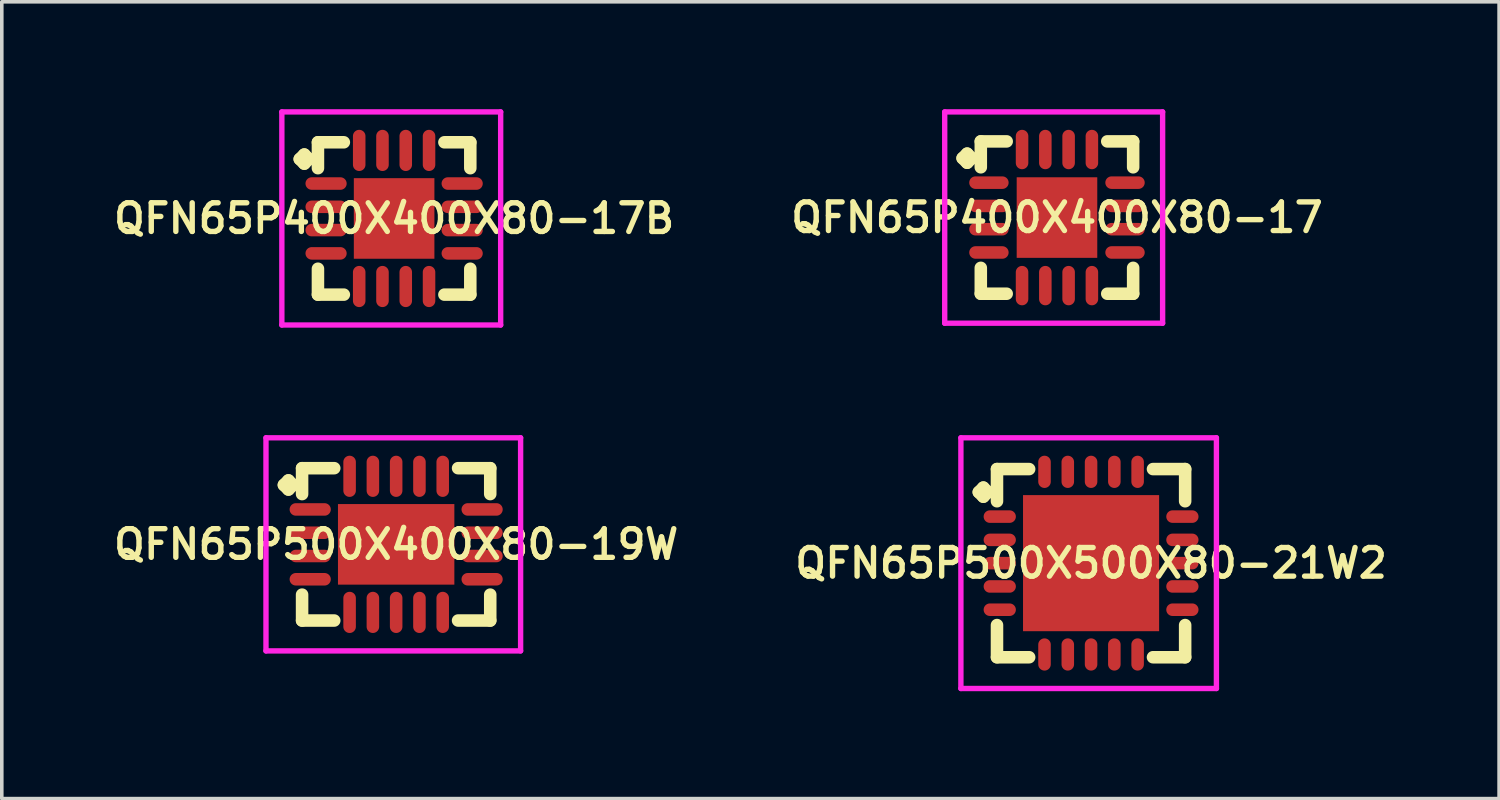
<source format=kicad_pcb>
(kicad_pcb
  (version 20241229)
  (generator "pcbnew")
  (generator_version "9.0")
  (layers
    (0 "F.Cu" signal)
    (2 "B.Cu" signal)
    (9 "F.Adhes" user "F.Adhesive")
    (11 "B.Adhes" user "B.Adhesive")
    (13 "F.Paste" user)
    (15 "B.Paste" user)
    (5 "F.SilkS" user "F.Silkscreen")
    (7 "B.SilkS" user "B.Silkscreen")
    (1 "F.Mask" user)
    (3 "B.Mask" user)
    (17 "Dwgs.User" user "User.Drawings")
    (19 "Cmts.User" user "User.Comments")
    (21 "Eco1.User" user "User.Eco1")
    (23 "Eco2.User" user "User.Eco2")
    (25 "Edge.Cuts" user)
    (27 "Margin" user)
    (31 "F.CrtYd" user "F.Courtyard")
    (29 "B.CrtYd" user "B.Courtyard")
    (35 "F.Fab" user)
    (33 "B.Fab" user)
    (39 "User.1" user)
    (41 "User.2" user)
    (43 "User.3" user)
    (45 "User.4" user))
  (footprint "QFN65P400X400X80-17B"
    (layer "F.Cu")
    (at 7.955 3.05)
    (property "Reference" "QFN65P400X400X80-17B" (at 0 0 0) (layer "F.SilkS") (effects (font (size 0.8 0.8) (thickness 0.15))))
    (attr smd)
    (fp_line (start -2.635 -1.658) (end -2.508 -1.785) (stroke (width 0.35) (type solid)) (layer "F.SilkS"))
    (fp_line (start -2.508 -1.785) (end -2.381 -1.658) (stroke (width 0.35) (type solid)) (layer "F.SilkS"))
    (fp_line (start -2.508 -1.531) (end -2.635 -1.658) (stroke (width 0.35) (type solid)) (layer "F.SilkS"))
    (fp_line (start -2.381 -1.658) (end -2.508 -1.531) (stroke (width 0.35) (type solid)) (layer "F.SilkS"))
    (fp_line (start -2.127 -2.127) (end -1.404 -2.127) (stroke (width 0.35) (type solid)) (layer "F.SilkS"))
    (fp_line (start -2.127 -1.404) (end -2.127 -2.127) (stroke (width 0.35) (type solid)) (layer "F.SilkS"))
    (fp_line (start -2.127 1.404) (end -2.127 2.127) (stroke (width 0.35) (type solid)) (layer "F.SilkS"))
    (fp_line (start -2.127 2.127) (end -1.404 2.127) (stroke (width 0.35) (type solid)) (layer "F.SilkS"))
    (fp_line (start 1.404 -2.127) (end 2.127 -2.127) (stroke (width 0.35) (type solid)) (layer "F.SilkS"))
    (fp_line (start 1.404 2.127) (end 2.127 2.127) (stroke (width 0.35) (type solid)) (layer "F.SilkS"))
    (fp_line (start 2.127 -2.127) (end 2.127 -1.404) (stroke (width 0.35) (type solid)) (layer "F.SilkS"))
    (fp_line (start 2.127 2.127) (end 2.127 1.404) (stroke (width 0.35) (type solid)) (layer "F.SilkS"))
    (fp_line (start -3.135 -2.975) (end 2.975 -2.975) (stroke (width 0.15) (type solid)) (layer "F.CrtYd"))
    (fp_line (start -3.135 2.975) (end -3.135 -2.975) (stroke (width 0.15) (type solid)) (layer "F.CrtYd"))
    (fp_line (start 2.975 -2.975) (end 2.975 2.975) (stroke (width 0.15) (type solid)) (layer "F.CrtYd"))
    (fp_line (start 2.975 2.975) (end -3.135 2.975) (stroke (width 0.15) (type solid)) (layer "F.CrtYd"))
    (pad "1" smd oval (at -1.9 -0.975) (size 1.15 0.35) (layers "F.Cu" "F.Mask" "F.Paste"))
    (pad "2" smd oval (at -1.9 -0.325) (size 1.15 0.35) (layers "F.Cu" "F.Mask" "F.Paste"))
    (pad "3" smd oval (at -1.9 0.325) (size 1.15 0.35) (layers "F.Cu" "F.Mask" "F.Paste"))
    (pad "4" smd oval (at -1.9 0.975) (size 1.15 0.35) (layers "F.Cu" "F.Mask" "F.Paste"))
    (pad "5" smd oval (at -0.975 1.9) (size 0.35 1.15) (layers "F.Cu" "F.Mask" "F.Paste"))
    (pad "6" smd oval (at -0.325 1.9) (size 0.35 1.15) (layers "F.Cu" "F.Mask" "F.Paste"))
    (pad "7" smd oval (at 0.325 1.9) (size 0.35 1.15) (layers "F.Cu" "F.Mask" "F.Paste"))
    (pad "8" smd oval (at 0.975 1.9) (size 0.35 1.15) (layers "F.Cu" "F.Mask" "F.Paste"))
    (pad "9" smd oval (at 1.9 0.975) (size 1.15 0.35) (layers "F.Cu" "F.Mask" "F.Paste"))
    (pad "10" smd oval (at 1.9 0.325) (size 1.15 0.35) (layers "F.Cu" "F.Mask" "F.Paste"))
    (pad "11" smd oval (at 1.9 -0.325) (size 1.15 0.35) (layers "F.Cu" "F.Mask" "F.Paste"))
    (pad "12" smd oval (at 1.9 -0.975) (size 1.15 0.35) (layers "F.Cu" "F.Mask" "F.Paste"))
    (pad "13" smd oval (at 0.975 -1.9) (size 0.35 1.15) (layers "F.Cu" "F.Mask" "F.Paste"))
    (pad "14" smd oval (at 0.325 -1.9) (size 0.35 1.15) (layers "F.Cu" "F.Mask" "F.Paste"))
    (pad "15" smd oval (at -0.325 -1.9) (size 0.35 1.15) (layers "F.Cu" "F.Mask" "F.Paste"))
    (pad "16" smd oval (at -0.975 -1.9) (size 0.35 1.15) (layers "F.Cu" "F.Mask" "F.Paste"))
    (pad "17" smd rect (at 0 0) (size 2.25 2.25) (layers "F.Cu" "F.Mask" "F.Paste")))
  (footprint "QFN65P400X400X80-17"
    (layer "F.Cu")
    (at 26.464 3.025)
    (property "Reference" "QFN65P400X400X80-17" (at 0 0 0) (layer "F.SilkS") (effects (font (size 0.8 0.8) (thickness 0.15))))
    (attr smd)
    (fp_line (start -2.635 -1.658) (end -2.508 -1.785) (stroke (width 0.35) (type solid)) (layer "F.SilkS"))
    (fp_line (start -2.508 -1.785) (end -2.381 -1.658) (stroke (width 0.35) (type solid)) (layer "F.SilkS"))
    (fp_line (start -2.508 -1.531) (end -2.635 -1.658) (stroke (width 0.35) (type solid)) (layer "F.SilkS"))
    (fp_line (start -2.381 -1.658) (end -2.508 -1.531) (stroke (width 0.35) (type solid)) (layer "F.SilkS"))
    (fp_line (start -2.127 -2.127) (end -1.404 -2.127) (stroke (width 0.35) (type solid)) (layer "F.SilkS"))
    (fp_line (start -2.127 -1.404) (end -2.127 -2.127) (stroke (width 0.35) (type solid)) (layer "F.SilkS"))
    (fp_line (start -2.127 1.404) (end -2.127 2.127) (stroke (width 0.35) (type solid)) (layer "F.SilkS"))
    (fp_line (start -2.127 2.127) (end -1.404 2.127) (stroke (width 0.35) (type solid)) (layer "F.SilkS"))
    (fp_line (start 1.404 -2.127) (end 2.127 -2.127) (stroke (width 0.35) (type solid)) (layer "F.SilkS"))
    (fp_line (start 1.404 2.127) (end 2.127 2.127) (stroke (width 0.35) (type solid)) (layer "F.SilkS"))
    (fp_line (start 2.127 -2.127) (end 2.127 -1.404) (stroke (width 0.35) (type solid)) (layer "F.SilkS"))
    (fp_line (start 2.127 2.127) (end 2.127 1.404) (stroke (width 0.35) (type solid)) (layer "F.SilkS"))
    (fp_line (start -3.135 -2.95) (end 2.95 -2.95) (stroke (width 0.15) (type solid)) (layer "F.CrtYd"))
    (fp_line (start -3.135 2.95) (end -3.135 -2.95) (stroke (width 0.15) (type solid)) (layer "F.CrtYd"))
    (fp_line (start 2.95 -2.95) (end 2.95 2.95) (stroke (width 0.15) (type solid)) (layer "F.CrtYd"))
    (fp_line (start 2.95 2.95) (end -3.135 2.95) (stroke (width 0.15) (type solid)) (layer "F.CrtYd"))
    (pad "1" smd oval (at -1.9 -0.975) (size 1.1 0.35) (layers "F.Cu" "F.Mask" "F.Paste"))
    (pad "2" smd oval (at -1.9 -0.325) (size 1.1 0.35) (layers "F.Cu" "F.Mask" "F.Paste"))
    (pad "3" smd oval (at -1.9 0.325) (size 1.1 0.35) (layers "F.Cu" "F.Mask" "F.Paste"))
    (pad "4" smd oval (at -1.9 0.975) (size 1.1 0.35) (layers "F.Cu" "F.Mask" "F.Paste"))
    (pad "5" smd oval (at -0.975 1.9) (size 0.35 1.1) (layers "F.Cu" "F.Mask" "F.Paste"))
    (pad "6" smd oval (at -0.325 1.9) (size 0.35 1.1) (layers "F.Cu" "F.Mask" "F.Paste"))
    (pad "7" smd oval (at 0.325 1.9) (size 0.35 1.1) (layers "F.Cu" "F.Mask" "F.Paste"))
    (pad "8" smd oval (at 0.975 1.9) (size 0.35 1.1) (layers "F.Cu" "F.Mask" "F.Paste"))
    (pad "9" smd oval (at 1.9 0.975) (size 1.1 0.35) (layers "F.Cu" "F.Mask" "F.Paste"))
    (pad "10" smd oval (at 1.9 0.325) (size 1.1 0.35) (layers "F.Cu" "F.Mask" "F.Paste"))
    (pad "11" smd oval (at 1.9 -0.325) (size 1.1 0.35) (layers "F.Cu" "F.Mask" "F.Paste"))
    (pad "12" smd oval (at 1.9 -0.975) (size 1.1 0.35) (layers "F.Cu" "F.Mask" "F.Paste"))
    (pad "13" smd oval (at 0.975 -1.9) (size 0.35 1.1) (layers "F.Cu" "F.Mask" "F.Paste"))
    (pad "14" smd oval (at 0.325 -1.9) (size 0.35 1.1) (layers "F.Cu" "F.Mask" "F.Paste"))
    (pad "15" smd oval (at -0.325 -1.9) (size 0.35 1.1) (layers "F.Cu" "F.Mask" "F.Paste"))
    (pad "16" smd oval (at -0.975 -1.9) (size 0.35 1.1) (layers "F.Cu" "F.Mask" "F.Paste"))
    (pad "17" smd rect (at 0 0) (size 2.25 2.25) (layers "F.Cu" "F.Mask" "F.Paste")))
  (footprint "QFN65P500X500X80-21W2"
    (layer "F.Cu")
    (at 27.416 12.675)
    (property "Reference" "QFN65P500X500X80-21W2" (at 0 0 0) (layer "F.SilkS") (effects (font (size 0.8 0.8) (thickness 0.15))))
    (attr smd)
    (fp_line (start -3.135 -1.983) (end -3.008 -2.11) (stroke (width 0.35) (type solid)) (layer "F.SilkS"))
    (fp_line (start -3.008 -2.11) (end -2.881 -1.983) (stroke (width 0.35) (type solid)) (layer "F.SilkS"))
    (fp_line (start -3.008 -1.856) (end -3.135 -1.983) (stroke (width 0.35) (type solid)) (layer "F.SilkS"))
    (fp_line (start -2.881 -1.983) (end -3.008 -1.856) (stroke (width 0.35) (type solid)) (layer "F.SilkS"))
    (fp_line (start -2.627 -2.627) (end -1.729 -2.627) (stroke (width 0.35) (type solid)) (layer "F.SilkS"))
    (fp_line (start -2.627 -1.729) (end -2.627 -2.627) (stroke (width 0.35) (type solid)) (layer "F.SilkS"))
    (fp_line (start -2.627 1.729) (end -2.627 2.627) (stroke (width 0.35) (type solid)) (layer "F.SilkS"))
    (fp_line (start -2.627 2.627) (end -1.729 2.627) (stroke (width 0.35) (type solid)) (layer "F.SilkS"))
    (fp_line (start 1.729 -2.627) (end 2.627 -2.627) (stroke (width 0.35) (type solid)) (layer "F.SilkS"))
    (fp_line (start 1.729 2.627) (end 2.627 2.627) (stroke (width 0.35) (type solid)) (layer "F.SilkS"))
    (fp_line (start 2.627 -2.627) (end 2.627 -1.729) (stroke (width 0.35) (type solid)) (layer "F.SilkS"))
    (fp_line (start 2.627 2.627) (end 2.627 1.729) (stroke (width 0.35) (type solid)) (layer "F.SilkS"))
    (fp_line (start -3.635 -3.5) (end 3.5 -3.5) (stroke (width 0.15) (type solid)) (layer "F.CrtYd"))
    (fp_line (start -3.635 3.5) (end -3.635 -3.5) (stroke (width 0.15) (type solid)) (layer "F.CrtYd"))
    (fp_line (start 3.5 -3.5) (end 3.5 3.5) (stroke (width 0.15) (type solid)) (layer "F.CrtYd"))
    (fp_line (start 3.5 3.5) (end -3.635 3.5) (stroke (width 0.15) (type solid)) (layer "F.CrtYd"))
    (pad "1" smd oval (at -2.55 -1.3) (size 0.9 0.35) (layers "F.Cu" "F.Mask" "F.Paste"))
    (pad "2" smd oval (at -2.55 -0.65) (size 0.9 0.35) (layers "F.Cu" "F.Mask" "F.Paste"))
    (pad "3" smd oval (at -2.55 0) (size 0.9 0.35) (layers "F.Cu" "F.Mask" "F.Paste"))
    (pad "4" smd oval (at -2.55 0.65) (size 0.9 0.35) (layers "F.Cu" "F.Mask" "F.Paste"))
    (pad "5" smd oval (at -2.55 1.3) (size 0.9 0.35) (layers "F.Cu" "F.Mask" "F.Paste"))
    (pad "6" smd oval (at -1.3 2.55) (size 0.35 0.9) (layers "F.Cu" "F.Mask" "F.Paste"))
    (pad "7" smd oval (at -0.65 2.55) (size 0.35 0.9) (layers "F.Cu" "F.Mask" "F.Paste"))
    (pad "8" smd oval (at 0 2.55) (size 0.35 0.9) (layers "F.Cu" "F.Mask" "F.Paste"))
    (pad "9" smd oval (at 0.65 2.55) (size 0.35 0.9) (layers "F.Cu" "F.Mask" "F.Paste"))
    (pad "10" smd oval (at 1.3 2.55) (size 0.35 0.9) (layers "F.Cu" "F.Mask" "F.Paste"))
    (pad "11" smd oval (at 2.55 1.3) (size 0.9 0.35) (layers "F.Cu" "F.Mask" "F.Paste"))
    (pad "12" smd oval (at 2.55 0.65) (size 0.9 0.35) (layers "F.Cu" "F.Mask" "F.Paste"))
    (pad "13" smd oval (at 2.55 0) (size 0.9 0.35) (layers "F.Cu" "F.Mask" "F.Paste"))
    (pad "14" smd oval (at 2.55 -0.65) (size 0.9 0.35) (layers "F.Cu" "F.Mask" "F.Paste"))
    (pad "15" smd oval (at 2.55 -1.3) (size 0.9 0.35) (layers "F.Cu" "F.Mask" "F.Paste"))
    (pad "16" smd oval (at 1.3 -2.55) (size 0.35 0.9) (layers "F.Cu" "F.Mask" "F.Paste"))
    (pad "17" smd oval (at 0.65 -2.55) (size 0.35 0.9) (layers "F.Cu" "F.Mask" "F.Paste"))
    (pad "18" smd oval (at 0 -2.55) (size 0.35 0.9) (layers "F.Cu" "F.Mask" "F.Paste"))
    (pad "19" smd oval (at -0.65 -2.55) (size 0.35 0.9) (layers "F.Cu" "F.Mask" "F.Paste"))
    (pad "20" smd oval (at -1.3 -2.55) (size 0.35 0.9) (layers "F.Cu" "F.Mask" "F.Paste"))
    (pad "21" smd rect (at 0 0) (size 3.8 3.8) (layers "F.Cu" "F.Mask" "F.Paste")))
  (footprint "QFN65P500X400X80-19W"
    (layer "F.Cu")
    (at 8.012 12.15)
    (property "Reference" "QFN65P500X400X80-19W" (at 0 0 0) (layer "F.SilkS") (effects (font (size 0.8 0.8) (thickness 0.15))))
    (attr smd)
    (fp_line (start -3.135 -1.658) (end -3.008 -1.785) (stroke (width 0.35) (type solid)) (layer "F.SilkS"))
    (fp_line (start -3.008 -1.785) (end -2.881 -1.658) (stroke (width 0.35) (type solid)) (layer "F.SilkS"))
    (fp_line (start -3.008 -1.531) (end -3.135 -1.658) (stroke (width 0.35) (type solid)) (layer "F.SilkS"))
    (fp_line (start -2.881 -1.658) (end -3.008 -1.531) (stroke (width 0.35) (type solid)) (layer "F.SilkS"))
    (fp_line (start -2.627 -2.127) (end -1.729 -2.127) (stroke (width 0.35) (type solid)) (layer "F.SilkS"))
    (fp_line (start -2.627 -1.404) (end -2.627 -2.127) (stroke (width 0.35) (type solid)) (layer "F.SilkS"))
    (fp_line (start -2.627 1.404) (end -2.627 2.127) (stroke (width 0.35) (type solid)) (layer "F.SilkS"))
    (fp_line (start -2.627 2.127) (end -1.729 2.127) (stroke (width 0.35) (type solid)) (layer "F.SilkS"))
    (fp_line (start 1.729 -2.127) (end 2.627 -2.127) (stroke (width 0.35) (type solid)) (layer "F.SilkS"))
    (fp_line (start 1.729 2.127) (end 2.627 2.127) (stroke (width 0.35) (type solid)) (layer "F.SilkS"))
    (fp_line (start 2.627 -2.127) (end 2.627 -1.404) (stroke (width 0.35) (type solid)) (layer "F.SilkS"))
    (fp_line (start 2.627 2.127) (end 2.627 1.404) (stroke (width 0.35) (type solid)) (layer "F.SilkS"))
    (fp_line (start -3.635 -2.975) (end 3.475 -2.975) (stroke (width 0.15) (type solid)) (layer "F.CrtYd"))
    (fp_line (start -3.635 2.975) (end -3.635 -2.975) (stroke (width 0.15) (type solid)) (layer "F.CrtYd"))
    (fp_line (start 3.475 -2.975) (end 3.475 2.975) (stroke (width 0.15) (type solid)) (layer "F.CrtYd"))
    (fp_line (start 3.475 2.975) (end -3.635 2.975) (stroke (width 0.15) (type solid)) (layer "F.CrtYd"))
    (pad "1" smd oval (at -2.4 -0.975) (size 1.15 0.35) (layers "F.Cu" "F.Mask" "F.Paste"))
    (pad "2" smd oval (at -2.4 -0.325) (size 1.15 0.35) (layers "F.Cu" "F.Mask" "F.Paste"))
    (pad "3" smd oval (at -2.4 0.325) (size 1.15 0.35) (layers "F.Cu" "F.Mask" "F.Paste"))
    (pad "4" smd oval (at -2.4 0.975) (size 1.15 0.35) (layers "F.Cu" "F.Mask" "F.Paste"))
    (pad "5" smd oval (at -1.3 1.9) (size 0.35 1.15) (layers "F.Cu" "F.Mask" "F.Paste"))
    (pad "6" smd oval (at -0.65 1.9) (size 0.35 1.15) (layers "F.Cu" "F.Mask" "F.Paste"))
    (pad "7" smd oval (at 0 1.9) (size 0.35 1.15) (layers "F.Cu" "F.Mask" "F.Paste"))
    (pad "8" smd oval (at 0.65 1.9) (size 0.35 1.15) (layers "F.Cu" "F.Mask" "F.Paste"))
    (pad "9" smd oval (at 1.3 1.9) (size 0.35 1.15) (layers "F.Cu" "F.Mask" "F.Paste"))
    (pad "10" smd oval (at 2.4 0.975) (size 1.15 0.35) (layers "F.Cu" "F.Mask" "F.Paste"))
    (pad "11" smd oval (at 2.4 0.325) (size 1.15 0.35) (layers "F.Cu" "F.Mask" "F.Paste"))
    (pad "12" smd oval (at 2.4 -0.325) (size 1.15 0.35) (layers "F.Cu" "F.Mask" "F.Paste"))
    (pad "13" smd oval (at 2.4 -0.975) (size 1.15 0.35) (layers "F.Cu" "F.Mask" "F.Paste"))
    (pad "14" smd oval (at 1.3 -1.9) (size 0.35 1.15) (layers "F.Cu" "F.Mask" "F.Paste"))
    (pad "15" smd oval (at 0.65 -1.9) (size 0.35 1.15) (layers "F.Cu" "F.Mask" "F.Paste"))
    (pad "16" smd oval (at 0 -1.9) (size 0.35 1.15) (layers "F.Cu" "F.Mask" "F.Paste"))
    (pad "17" smd oval (at -0.65 -1.9) (size 0.35 1.15) (layers "F.Cu" "F.Mask" "F.Paste"))
    (pad "18" smd oval (at -1.3 -1.9) (size 0.35 1.15) (layers "F.Cu" "F.Mask" "F.Paste"))
    (pad "19" smd rect (at 0 0) (size 3.25 2.25) (layers "F.Cu" "F.Mask" "F.Paste")))
  (gr_rect
    (start -3 -3)
    (end 38.809 19.25)
    (stroke (width 0.1) (type default))
    (fill no)
    (layer "Edge.Cuts")))
</source>
